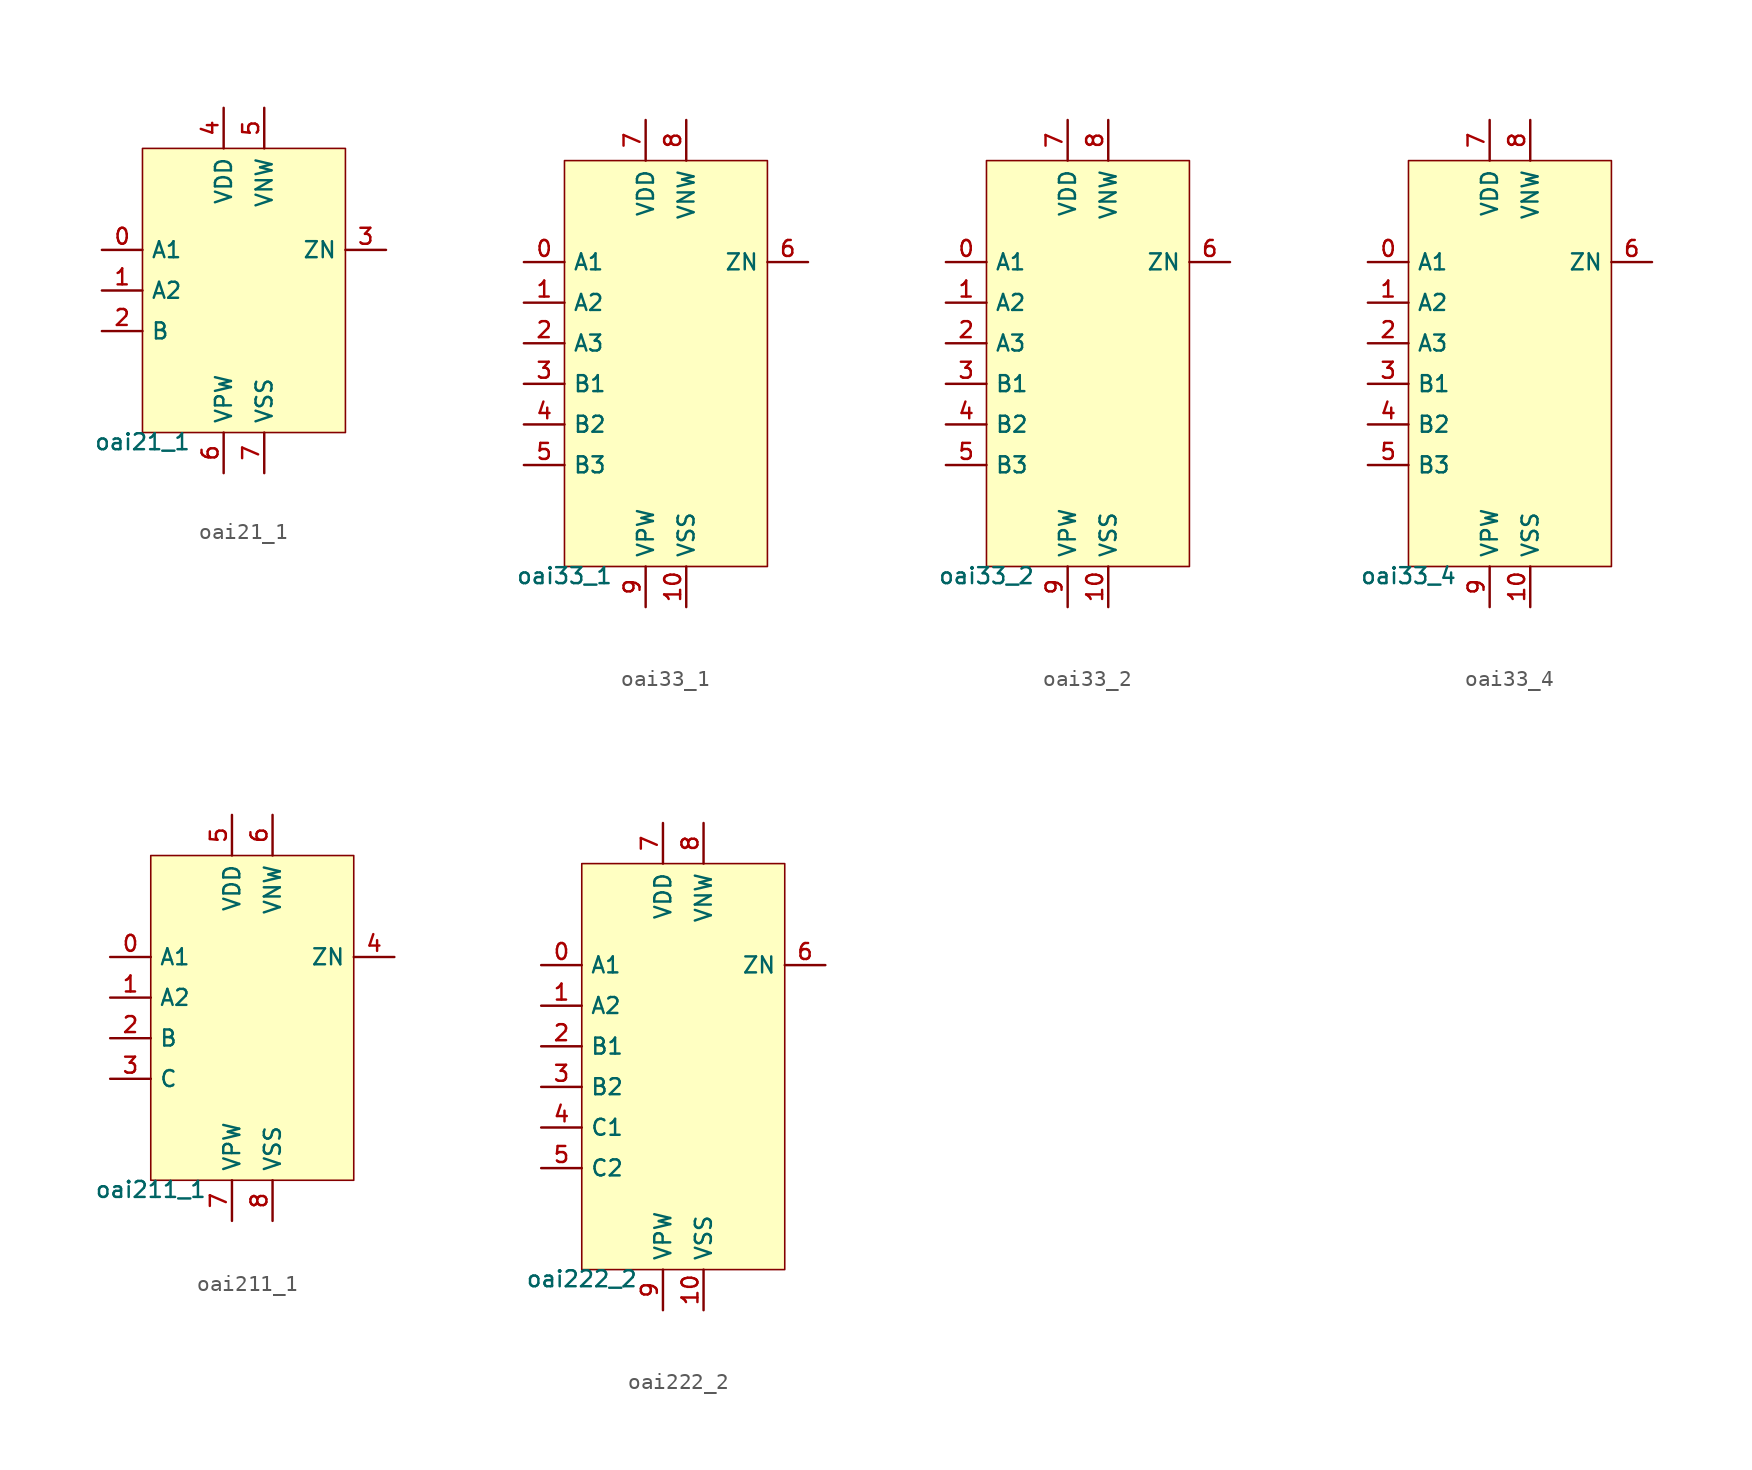
<source format=kicad_sym>
(kicad_symbol_lib
  (version 20211014)
  (generator pdk2kicad)
  (symbol "oai21_1"
    (property "Reference" "X"
      (at 0 0 0)
      (effects (font (size 1 1)) hide))
    (property "Value" "oai21_1"
      (at -6.35 -8.89 0)
      (effects (font (size 1 1)) (justify top)))
    (rectangle
      (start -6.35 -8.89)
      (end 6.35 8.89)
      (stroke (width 0.1) (type solid) (color 0 0 0 0))
      (fill (type background)))
    (pin input line
      (at -8.89 2.54 0)
      (length 2.54)
      (name "A1" (effects (font (size 1 1)) hide))
      (number "0" (effects (font (size 1 1)) hide)))
    (pin input line
      (at -8.89 4.440892098500626e-16 0)
      (length 2.54)
      (name "A2" (effects (font (size 1 1)) hide))
      (number "1" (effects (font (size 1 1)) hide)))
    (pin input line
      (at -8.89 -2.54 0)
      (length 2.54)
      (name "B" (effects (font (size 1 1)) hide))
      (number "2" (effects (font (size 1 1)) hide)))
    (pin output line
      (at 8.89 2.54 180)
      (length 2.54)
      (name "ZN" (effects (font (size 1 1)) hide))
      (number "3" (effects (font (size 1 1)) hide)))
    (pin power_in line
      (at -1.27 11.43 270)
      (length 2.54)
      (name "VDD" (effects (font (size 1 1)) hide))
      (number "4" (effects (font (size 1 1)) hide)))
    (pin power_in line
      (at 1.27 11.43 270)
      (length 2.54)
      (name "VNW" (effects (font (size 1 1)) hide))
      (number "5" (effects (font (size 1 1)) hide)))
    (pin power_in line
      (at -1.27 -11.43 90)
      (length 2.54)
      (name "VPW" (effects (font (size 1 1)) hide))
      (number "6" (effects (font (size 1 1)) hide)))
    (pin power_in line
      (at 1.27 -11.43 90)
      (length 2.54)
      (name "VSS" (effects (font (size 1 1)) hide))
      (number "7" (effects (font (size 1 1)) hide))))
  (symbol "oai33_1"
    (property "Reference" "X"
      (at 0 0 0)
      (effects (font (size 1 1)) hide))
    (property "Value" "oai33_1"
      (at -6.35 -12.7 0)
      (effects (font (size 1 1)) (justify top)))
    (rectangle
      (start -6.35 -12.7)
      (end 6.35 12.7)
      (stroke (width 0.1) (type solid) (color 0 0 0 0))
      (fill (type background)))
    (pin input line
      (at -8.89 6.35 0)
      (length 2.54)
      (name "A1" (effects (font (size 1 1)) hide))
      (number "0" (effects (font (size 1 1)) hide)))
    (pin input line
      (at -8.89 3.81 0)
      (length 2.54)
      (name "A2" (effects (font (size 1 1)) hide))
      (number "1" (effects (font (size 1 1)) hide)))
    (pin input line
      (at -8.89 1.27 0)
      (length 2.54)
      (name "A3" (effects (font (size 1 1)) hide))
      (number "2" (effects (font (size 1 1)) hide)))
    (pin input line
      (at -8.89 -1.27 0)
      (length 2.54)
      (name "B1" (effects (font (size 1 1)) hide))
      (number "3" (effects (font (size 1 1)) hide)))
    (pin input line
      (at -8.89 -3.81 0)
      (length 2.54)
      (name "B2" (effects (font (size 1 1)) hide))
      (number "4" (effects (font (size 1 1)) hide)))
    (pin input line
      (at -8.89 -6.35 0)
      (length 2.54)
      (name "B3" (effects (font (size 1 1)) hide))
      (number "5" (effects (font (size 1 1)) hide)))
    (pin output line
      (at 8.89 6.35 180)
      (length 2.54)
      (name "ZN" (effects (font (size 1 1)) hide))
      (number "6" (effects (font (size 1 1)) hide)))
    (pin power_in line
      (at -1.27 15.24 270)
      (length 2.54)
      (name "VDD" (effects (font (size 1 1)) hide))
      (number "7" (effects (font (size 1 1)) hide)))
    (pin power_in line
      (at 1.27 15.24 270)
      (length 2.54)
      (name "VNW" (effects (font (size 1 1)) hide))
      (number "8" (effects (font (size 1 1)) hide)))
    (pin power_in line
      (at -1.27 -15.24 90)
      (length 2.54)
      (name "VPW" (effects (font (size 1 1)) hide))
      (number "9" (effects (font (size 1 1)) hide)))
    (pin power_in line
      (at 1.27 -15.24 90)
      (length 2.54)
      (name "VSS" (effects (font (size 1 1)) hide))
      (number "10" (effects (font (size 1 1)) hide))))
  (symbol "oai33_2"
    (property "Reference" "X"
      (at 0 0 0)
      (effects (font (size 1 1)) hide))
    (property "Value" "oai33_2"
      (at -6.35 -12.7 0)
      (effects (font (size 1 1)) (justify top)))
    (rectangle
      (start -6.35 -12.7)
      (end 6.35 12.7)
      (stroke (width 0.1) (type solid) (color 0 0 0 0))
      (fill (type background)))
    (pin input line
      (at -8.89 6.35 0)
      (length 2.54)
      (name "A1" (effects (font (size 1 1)) hide))
      (number "0" (effects (font (size 1 1)) hide)))
    (pin input line
      (at -8.89 3.81 0)
      (length 2.54)
      (name "A2" (effects (font (size 1 1)) hide))
      (number "1" (effects (font (size 1 1)) hide)))
    (pin input line
      (at -8.89 1.27 0)
      (length 2.54)
      (name "A3" (effects (font (size 1 1)) hide))
      (number "2" (effects (font (size 1 1)) hide)))
    (pin input line
      (at -8.89 -1.27 0)
      (length 2.54)
      (name "B1" (effects (font (size 1 1)) hide))
      (number "3" (effects (font (size 1 1)) hide)))
    (pin input line
      (at -8.89 -3.81 0)
      (length 2.54)
      (name "B2" (effects (font (size 1 1)) hide))
      (number "4" (effects (font (size 1 1)) hide)))
    (pin input line
      (at -8.89 -6.35 0)
      (length 2.54)
      (name "B3" (effects (font (size 1 1)) hide))
      (number "5" (effects (font (size 1 1)) hide)))
    (pin output line
      (at 8.89 6.35 180)
      (length 2.54)
      (name "ZN" (effects (font (size 1 1)) hide))
      (number "6" (effects (font (size 1 1)) hide)))
    (pin power_in line
      (at -1.27 15.24 270)
      (length 2.54)
      (name "VDD" (effects (font (size 1 1)) hide))
      (number "7" (effects (font (size 1 1)) hide)))
    (pin power_in line
      (at 1.27 15.24 270)
      (length 2.54)
      (name "VNW" (effects (font (size 1 1)) hide))
      (number "8" (effects (font (size 1 1)) hide)))
    (pin power_in line
      (at -1.27 -15.24 90)
      (length 2.54)
      (name "VPW" (effects (font (size 1 1)) hide))
      (number "9" (effects (font (size 1 1)) hide)))
    (pin power_in line
      (at 1.27 -15.24 90)
      (length 2.54)
      (name "VSS" (effects (font (size 1 1)) hide))
      (number "10" (effects (font (size 1 1)) hide))))
  (symbol "oai33_4"
    (property "Reference" "X"
      (at 0 0 0)
      (effects (font (size 1 1)) hide))
    (property "Value" "oai33_4"
      (at -6.35 -12.7 0)
      (effects (font (size 1 1)) (justify top)))
    (rectangle
      (start -6.35 -12.7)
      (end 6.35 12.7)
      (stroke (width 0.1) (type solid) (color 0 0 0 0))
      (fill (type background)))
    (pin input line
      (at -8.89 6.35 0)
      (length 2.54)
      (name "A1" (effects (font (size 1 1)) hide))
      (number "0" (effects (font (size 1 1)) hide)))
    (pin input line
      (at -8.89 3.81 0)
      (length 2.54)
      (name "A2" (effects (font (size 1 1)) hide))
      (number "1" (effects (font (size 1 1)) hide)))
    (pin input line
      (at -8.89 1.27 0)
      (length 2.54)
      (name "A3" (effects (font (size 1 1)) hide))
      (number "2" (effects (font (size 1 1)) hide)))
    (pin input line
      (at -8.89 -1.27 0)
      (length 2.54)
      (name "B1" (effects (font (size 1 1)) hide))
      (number "3" (effects (font (size 1 1)) hide)))
    (pin input line
      (at -8.89 -3.81 0)
      (length 2.54)
      (name "B2" (effects (font (size 1 1)) hide))
      (number "4" (effects (font (size 1 1)) hide)))
    (pin input line
      (at -8.89 -6.35 0)
      (length 2.54)
      (name "B3" (effects (font (size 1 1)) hide))
      (number "5" (effects (font (size 1 1)) hide)))
    (pin output line
      (at 8.89 6.35 180)
      (length 2.54)
      (name "ZN" (effects (font (size 1 1)) hide))
      (number "6" (effects (font (size 1 1)) hide)))
    (pin power_in line
      (at -1.27 15.24 270)
      (length 2.54)
      (name "VDD" (effects (font (size 1 1)) hide))
      (number "7" (effects (font (size 1 1)) hide)))
    (pin power_in line
      (at 1.27 15.24 270)
      (length 2.54)
      (name "VNW" (effects (font (size 1 1)) hide))
      (number "8" (effects (font (size 1 1)) hide)))
    (pin power_in line
      (at -1.27 -15.24 90)
      (length 2.54)
      (name "VPW" (effects (font (size 1 1)) hide))
      (number "9" (effects (font (size 1 1)) hide)))
    (pin power_in line
      (at 1.27 -15.24 90)
      (length 2.54)
      (name "VSS" (effects (font (size 1 1)) hide))
      (number "10" (effects (font (size 1 1)) hide))))
  (symbol "oai211_1"
    (property "Reference" "X"
      (at 0 0 0)
      (effects (font (size 1 1)) hide))
    (property "Value" "oai211_1"
      (at -6.35 -10.16 0)
      (effects (font (size 1 1)) (justify top)))
    (rectangle
      (start -6.35 -10.16)
      (end 6.35 10.16)
      (stroke (width 0.1) (type solid) (color 0 0 0 0))
      (fill (type background)))
    (pin input line
      (at -8.89 3.81 0)
      (length 2.54)
      (name "A1" (effects (font (size 1 1)) hide))
      (number "0" (effects (font (size 1 1)) hide)))
    (pin input line
      (at -8.89 1.27 0)
      (length 2.54)
      (name "A2" (effects (font (size 1 1)) hide))
      (number "1" (effects (font (size 1 1)) hide)))
    (pin input line
      (at -8.89 -1.27 0)
      (length 2.54)
      (name "B" (effects (font (size 1 1)) hide))
      (number "2" (effects (font (size 1 1)) hide)))
    (pin input line
      (at -8.89 -3.81 0)
      (length 2.54)
      (name "C" (effects (font (size 1 1)) hide))
      (number "3" (effects (font (size 1 1)) hide)))
    (pin output line
      (at 8.89 3.81 180)
      (length 2.54)
      (name "ZN" (effects (font (size 1 1)) hide))
      (number "4" (effects (font (size 1 1)) hide)))
    (pin power_in line
      (at -1.27 12.7 270)
      (length 2.54)
      (name "VDD" (effects (font (size 1 1)) hide))
      (number "5" (effects (font (size 1 1)) hide)))
    (pin power_in line
      (at 1.27 12.7 270)
      (length 2.54)
      (name "VNW" (effects (font (size 1 1)) hide))
      (number "6" (effects (font (size 1 1)) hide)))
    (pin power_in line
      (at -1.27 -12.7 90)
      (length 2.54)
      (name "VPW" (effects (font (size 1 1)) hide))
      (number "7" (effects (font (size 1 1)) hide)))
    (pin power_in line
      (at 1.27 -12.7 90)
      (length 2.54)
      (name "VSS" (effects (font (size 1 1)) hide))
      (number "8" (effects (font (size 1 1)) hide))))
  (symbol "oai222_2"
    (property "Reference" "X"
      (at 0 0 0)
      (effects (font (size 1 1)) hide))
    (property "Value" "oai222_2"
      (at -6.35 -12.7 0)
      (effects (font (size 1 1)) (justify top)))
    (rectangle
      (start -6.35 -12.7)
      (end 6.35 12.7)
      (stroke (width 0.1) (type solid) (color 0 0 0 0))
      (fill (type background)))
    (pin input line
      (at -8.89 6.35 0)
      (length 2.54)
      (name "A1" (effects (font (size 1 1)) hide))
      (number "0" (effects (font (size 1 1)) hide)))
    (pin input line
      (at -8.89 3.81 0)
      (length 2.54)
      (name "A2" (effects (font (size 1 1)) hide))
      (number "1" (effects (font (size 1 1)) hide)))
    (pin input line
      (at -8.89 1.27 0)
      (length 2.54)
      (name "B1" (effects (font (size 1 1)) hide))
      (number "2" (effects (font (size 1 1)) hide)))
    (pin input line
      (at -8.89 -1.27 0)
      (length 2.54)
      (name "B2" (effects (font (size 1 1)) hide))
      (number "3" (effects (font (size 1 1)) hide)))
    (pin input line
      (at -8.89 -3.81 0)
      (length 2.54)
      (name "C1" (effects (font (size 1 1)) hide))
      (number "4" (effects (font (size 1 1)) hide)))
    (pin input line
      (at -8.89 -6.35 0)
      (length 2.54)
      (name "C2" (effects (font (size 1 1)) hide))
      (number "5" (effects (font (size 1 1)) hide)))
    (pin output line
      (at 8.89 6.35 180)
      (length 2.54)
      (name "ZN" (effects (font (size 1 1)) hide))
      (number "6" (effects (font (size 1 1)) hide)))
    (pin power_in line
      (at -1.27 15.24 270)
      (length 2.54)
      (name "VDD" (effects (font (size 1 1)) hide))
      (number "7" (effects (font (size 1 1)) hide)))
    (pin power_in line
      (at 1.27 15.24 270)
      (length 2.54)
      (name "VNW" (effects (font (size 1 1)) hide))
      (number "8" (effects (font (size 1 1)) hide)))
    (pin power_in line
      (at -1.27 -15.24 90)
      (length 2.54)
      (name "VPW" (effects (font (size 1 1)) hide))
      (number "9" (effects (font (size 1 1)) hide)))
    (pin power_in line
      (at 1.27 -15.24 90)
      (length 2.54)
      (name "VSS" (effects (font (size 1 1)) hide))
      (number "10" (effects (font (size 1 1)) hide)))))
</source>
